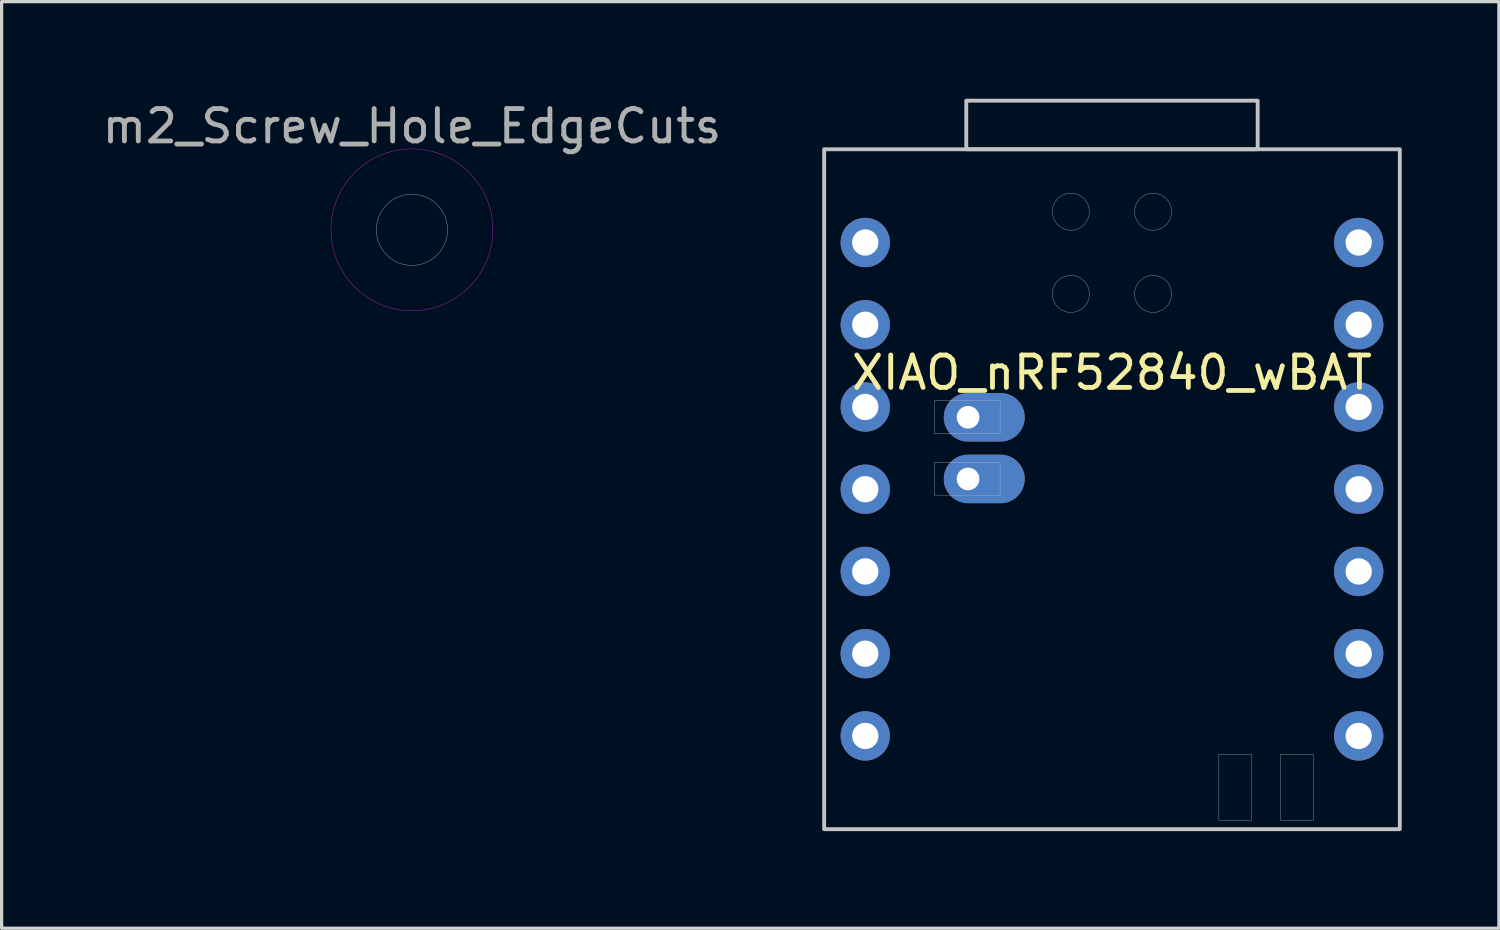
<source format=kicad_pcb>
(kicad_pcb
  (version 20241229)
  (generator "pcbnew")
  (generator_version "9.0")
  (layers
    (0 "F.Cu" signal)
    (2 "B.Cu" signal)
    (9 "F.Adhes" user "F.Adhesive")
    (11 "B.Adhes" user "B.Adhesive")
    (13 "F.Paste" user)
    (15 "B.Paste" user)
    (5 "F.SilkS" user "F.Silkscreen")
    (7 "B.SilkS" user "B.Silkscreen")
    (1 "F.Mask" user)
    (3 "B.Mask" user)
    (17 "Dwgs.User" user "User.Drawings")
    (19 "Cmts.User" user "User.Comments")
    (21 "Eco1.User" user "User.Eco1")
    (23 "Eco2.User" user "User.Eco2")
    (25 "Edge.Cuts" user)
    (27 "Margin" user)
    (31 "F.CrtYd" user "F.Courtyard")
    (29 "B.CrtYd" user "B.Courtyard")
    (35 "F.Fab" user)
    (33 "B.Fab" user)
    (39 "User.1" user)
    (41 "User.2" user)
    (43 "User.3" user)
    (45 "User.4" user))
  (footprint "m2_Screw_Hole_EdgeCuts"
    (layer "F.Cu")
    (at 9.673 4.048)
    (property "Reference" "m2_Screw_Hole_EdgeCuts" (at 0 -3.2 0) (layer "F.Fab") (effects (font (size 1 1) (thickness 0.15))))
    (attr exclude_from_pos_files exclude_from_bom)
    (fp_circle (center 0 0) (end 1.1 0) (stroke (width 0.01) (type solid)) (fill no) (layer "Edge.Cuts"))
    (fp_circle (center 0 0) (end 2.5 0) (stroke (width 0.01) (type solid)) (fill no) (layer "F.CrtYd")))
  (footprint "XIAO_nRF52840_wBAT"
    (layer "F.Cu")
    (at 31.295 1.56)
    (property "Reference" "XIAO_nRF52840_wBAT" (at 0 6.9 0) (layer "F.SilkS") (effects (font (size 1 1) (thickness 0.15))))
    (attr through_hole exclude_from_pos_files)
    (fp_rect (start -8.89 21) (end 8.89 0) (stroke (width 0.12) (type solid)) (fill no) (layer "Dwgs.User"))
    (fp_rect (start -5.488 7.77) (end -3.456 8.786) (stroke (width 0.01) (type solid)) (fill no) (layer "Dwgs.User"))
    (fp_rect (start -5.488 9.675) (end -3.456 10.691) (stroke (width 0.01) (type solid)) (fill no) (layer "Dwgs.User"))
    (fp_rect (start -4.5 -1.5) (end 4.5 0) (stroke (width 0.12) (type solid)) (fill no) (layer "Dwgs.User"))
    (fp_rect (start 3.302 18.692) (end 4.318 20.724) (stroke (width 0.01) (type solid)) (fill no) (layer "Dwgs.User"))
    (fp_rect (start 5.207 18.692) (end 6.223 20.724) (stroke (width 0.01) (type solid)) (fill no) (layer "Dwgs.User"))
    (fp_circle (center -1.27 1.928) (end -0.699 1.928) (stroke (width 0.01) (type solid)) (fill no) (layer "Dwgs.User"))
    (fp_circle (center -1.27 4.468) (end -0.699 4.468) (stroke (width 0.01) (type solid)) (fill no) (layer "Dwgs.User"))
    (fp_circle (center 1.27 1.928) (end 1.841 1.928) (stroke (width 0.01) (type solid)) (fill no) (layer "Dwgs.User"))
    (fp_circle (center 1.27 4.468) (end 1.841 4.468) (stroke (width 0.01) (type solid)) (fill no) (layer "Dwgs.User"))
    (pad "1" thru_hole circle (at -7.62 2.88) (size 1.524 1.524) (drill 0.813) (layers "*.Cu" "*.Mask"))
    (pad "2" thru_hole circle (at -7.62 5.42) (size 1.524 1.524) (drill 0.813) (layers "*.Cu" "*.Mask"))
    (pad "3" thru_hole circle (at -7.62 7.96) (size 1.524 1.524) (drill 0.813) (layers "*.Cu" "*.Mask"))
    (pad "4" thru_hole circle (at -7.62 10.5) (size 1.524 1.524) (drill 0.813) (layers "*.Cu" "*.Mask"))
    (pad "5" thru_hole circle (at -7.62 13.04) (size 1.524 1.524) (drill 0.813) (layers "*.Cu" "*.Mask"))
    (pad "6" thru_hole circle (at -7.62 15.58) (size 1.524 1.524) (drill 0.813) (layers "*.Cu" "*.Mask"))
    (pad "7" thru_hole circle (at -7.62 18.12) (size 1.524 1.524) (drill 0.813) (layers "*.Cu" "*.Mask"))
    (pad "8" thru_hole circle (at 7.62 18.12) (size 1.524 1.524) (drill 0.813) (layers "*.Cu" "*.Mask"))
    (pad "9" thru_hole circle (at 7.62 15.58) (size 1.524 1.524) (drill 0.813) (layers "*.Cu" "*.Mask"))
    (pad "10" thru_hole circle (at 7.62 13.04) (size 1.524 1.524) (drill 0.813) (layers "*.Cu" "*.Mask"))
    (pad "11" thru_hole circle (at 7.62 10.5) (size 1.524 1.524) (drill 0.813) (layers "*.Cu" "*.Mask"))
    (pad "12" thru_hole circle (at 7.62 7.96) (size 1.524 1.524) (drill 0.813) (layers "*.Cu" "*.Mask"))
    (pad "13" thru_hole circle (at 7.62 5.42) (size 1.524 1.524) (drill 0.813) (layers "*.Cu" "*.Mask"))
    (pad "14" thru_hole circle (at 7.62 2.88) (size 1.524 1.524) (drill 0.813) (layers "*.Cu" "*.Mask"))
    (pad "15" thru_hole oval (at -4.445 10.183) (size 2.5 1.5) (drill 0.7 (offset 0.5 0)) (layers "*.Cu" "*.Mask"))
    (pad "16" thru_hole oval (at -4.445 8.278) (size 2.5 1.5) (drill 0.7 (offset 0.5 0)) (layers "*.Cu" "*.Mask")))
  (gr_rect
    (start -3 -3)
    (end 43.245 25.62)
    (stroke (width 0.1) (type default))
    (fill no)
    (layer "Edge.Cuts")))
</source>
